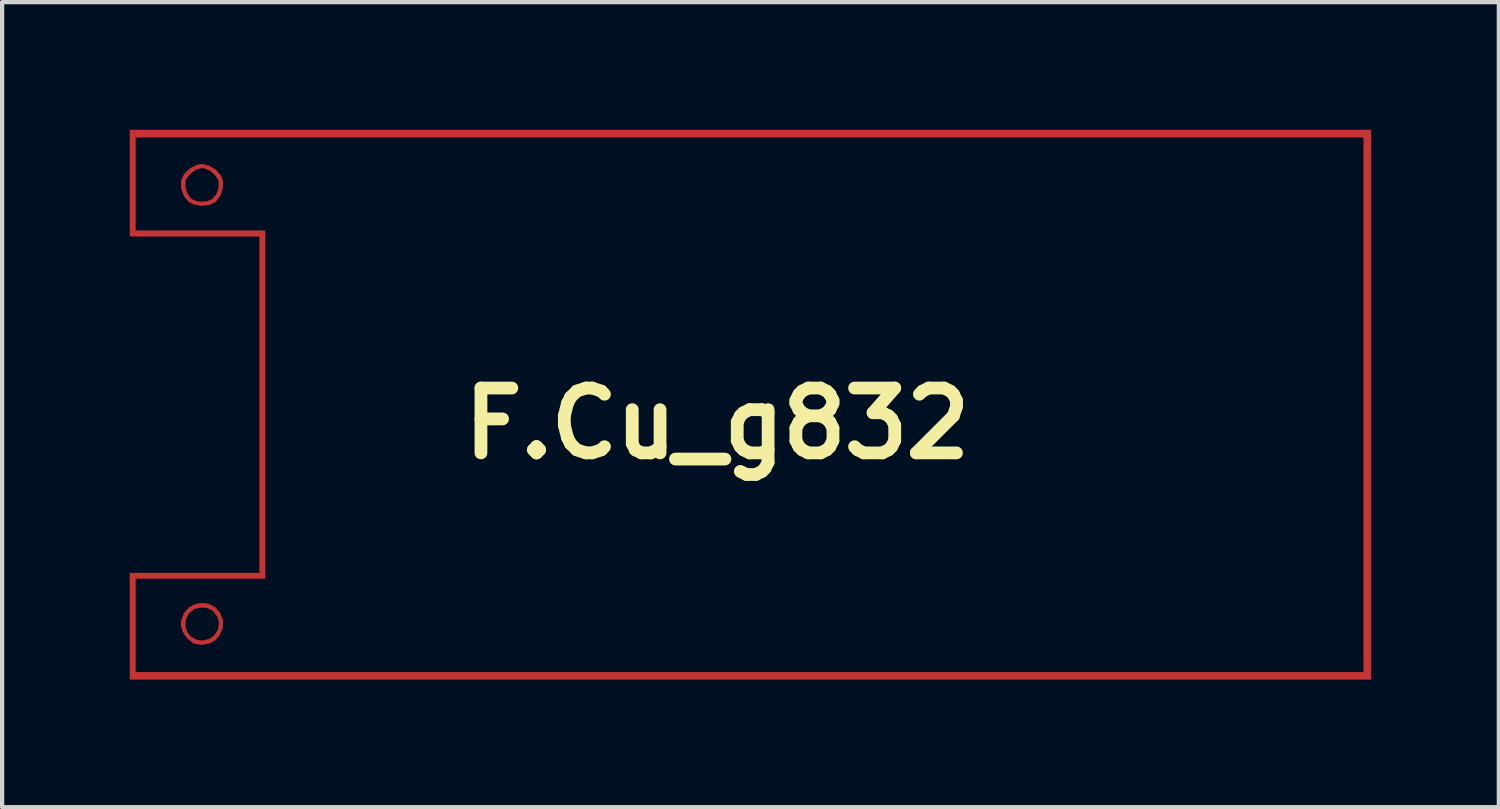
<source format=kicad_pcb>
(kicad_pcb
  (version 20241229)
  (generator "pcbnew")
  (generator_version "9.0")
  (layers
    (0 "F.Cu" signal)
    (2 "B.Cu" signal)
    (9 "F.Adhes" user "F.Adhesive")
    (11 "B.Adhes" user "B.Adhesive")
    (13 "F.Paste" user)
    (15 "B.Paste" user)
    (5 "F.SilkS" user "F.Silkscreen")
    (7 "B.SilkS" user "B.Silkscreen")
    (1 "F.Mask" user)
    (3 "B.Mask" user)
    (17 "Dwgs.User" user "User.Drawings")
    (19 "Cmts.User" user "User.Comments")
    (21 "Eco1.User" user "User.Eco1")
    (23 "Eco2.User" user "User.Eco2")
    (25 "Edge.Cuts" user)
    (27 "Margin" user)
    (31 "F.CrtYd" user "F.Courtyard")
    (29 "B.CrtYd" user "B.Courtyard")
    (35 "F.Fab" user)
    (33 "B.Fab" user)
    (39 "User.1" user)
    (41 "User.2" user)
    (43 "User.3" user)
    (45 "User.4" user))
  (footprint "F.Cu_g832"
    (layer "F.Cu")
    (at 13.806 6.905)
    (property "Reference" "F.Cu_g832" (at 0 0 0) (layer "F.SilkS") (effects (font (size 1.524 1.524) (thickness 0.3))))
    (attr through_hole)
    (fp_poly (pts (xy 15.367 6.011) (xy -13.801 6.011) (xy -13.801 3.514) (xy -10.753 3.514) (xy -10.753 -4.403) (xy -13.801 -4.403) (xy -13.801 -6.731) (xy -13.674 -6.731) (xy -13.674 -4.53) (xy -10.626 -4.53) (xy -10.626 3.641) (xy -13.674 3.641) (xy -13.674 5.842) (xy 15.198 5.842) (xy 15.198 -6.731) (xy -13.674 -6.731) (xy -13.801 -6.731) (xy -13.801 -6.9) (xy 15.367 -6.9) (xy 15.367 6.011)) (stroke (width 0.01) (type solid)) (fill yes) (layer "F.Cu"))
    (fp_poly (pts (xy -11.947 4.243) (xy -11.799 4.322) (xy -11.684 4.455) (xy -11.618 4.635) (xy -11.626 4.81) (xy -11.706 4.983) (xy -11.803 5.094) (xy -11.93 5.162) (xy -12.093 5.192) (xy -12.252 5.179) (xy -12.318 5.155) (xy -12.455 5.046) (xy -12.555 4.895) (xy -12.594 4.758) (xy -12.506 4.758) (xy -12.459 4.905) (xy -12.361 5.018) (xy -12.227 5.088) (xy -12.075 5.104) (xy -11.92 5.058) (xy -11.826 4.989) (xy -11.725 4.843) (xy -11.702 4.676) (xy -11.745 4.534) (xy -11.847 4.399) (xy -11.985 4.331) (xy -12.116 4.318) (xy -12.293 4.354) (xy -12.422 4.459) (xy -12.486 4.587) (xy -12.506 4.758) (xy -12.594 4.758) (xy -12.601 4.733) (xy -12.599 4.658) (xy -12.534 4.469) (xy -12.421 4.332) (xy -12.274 4.249) (xy -12.111 4.219) (xy -11.947 4.243)) (stroke (width 0.01) (type solid)) (fill yes) (layer "F.Cu"))
    (fp_poly (pts (xy -11.943 -6.059) (xy -11.787 -5.963) (xy -11.669 -5.829) (xy -11.62 -5.713) (xy -11.619 -5.539) (xy -11.678 -5.362) (xy -11.782 -5.221) (xy -11.799 -5.208) (xy -11.943 -5.141) (xy -12.121 -5.123) (xy -12.297 -5.152) (xy -12.411 -5.21) (xy -12.524 -5.341) (xy -12.591 -5.513) (xy -12.594 -5.582) (xy -12.508 -5.582) (xy -12.467 -5.428) (xy -12.384 -5.3) (xy -12.349 -5.271) (xy -12.243 -5.226) (xy -12.113 -5.207) (xy -12.107 -5.207) (xy -11.977 -5.225) (xy -11.869 -5.268) (xy -11.866 -5.271) (xy -11.771 -5.381) (xy -11.715 -5.53) (xy -11.71 -5.681) (xy -11.722 -5.725) (xy -11.805 -5.853) (xy -11.933 -5.956) (xy -12.073 -6.009) (xy -12.107 -6.011) (xy -12.245 -5.975) (xy -12.379 -5.884) (xy -12.477 -5.759) (xy -12.493 -5.725) (xy -12.508 -5.582) (xy -12.594 -5.582) (xy -12.599 -5.691) (xy -12.595 -5.713) (xy -12.523 -5.862) (xy -12.394 -5.989) (xy -12.235 -6.074) (xy -12.107 -6.096) (xy -11.943 -6.059)) (stroke (width 0.01) (type solid)) (fill yes) (layer "F.Cu")))
  (gr_rect
    (start -3 -3)
    (end 32.178 15.922)
    (stroke (width 0.1) (type default))
    (fill no)
    (layer "Edge.Cuts")))
</source>
